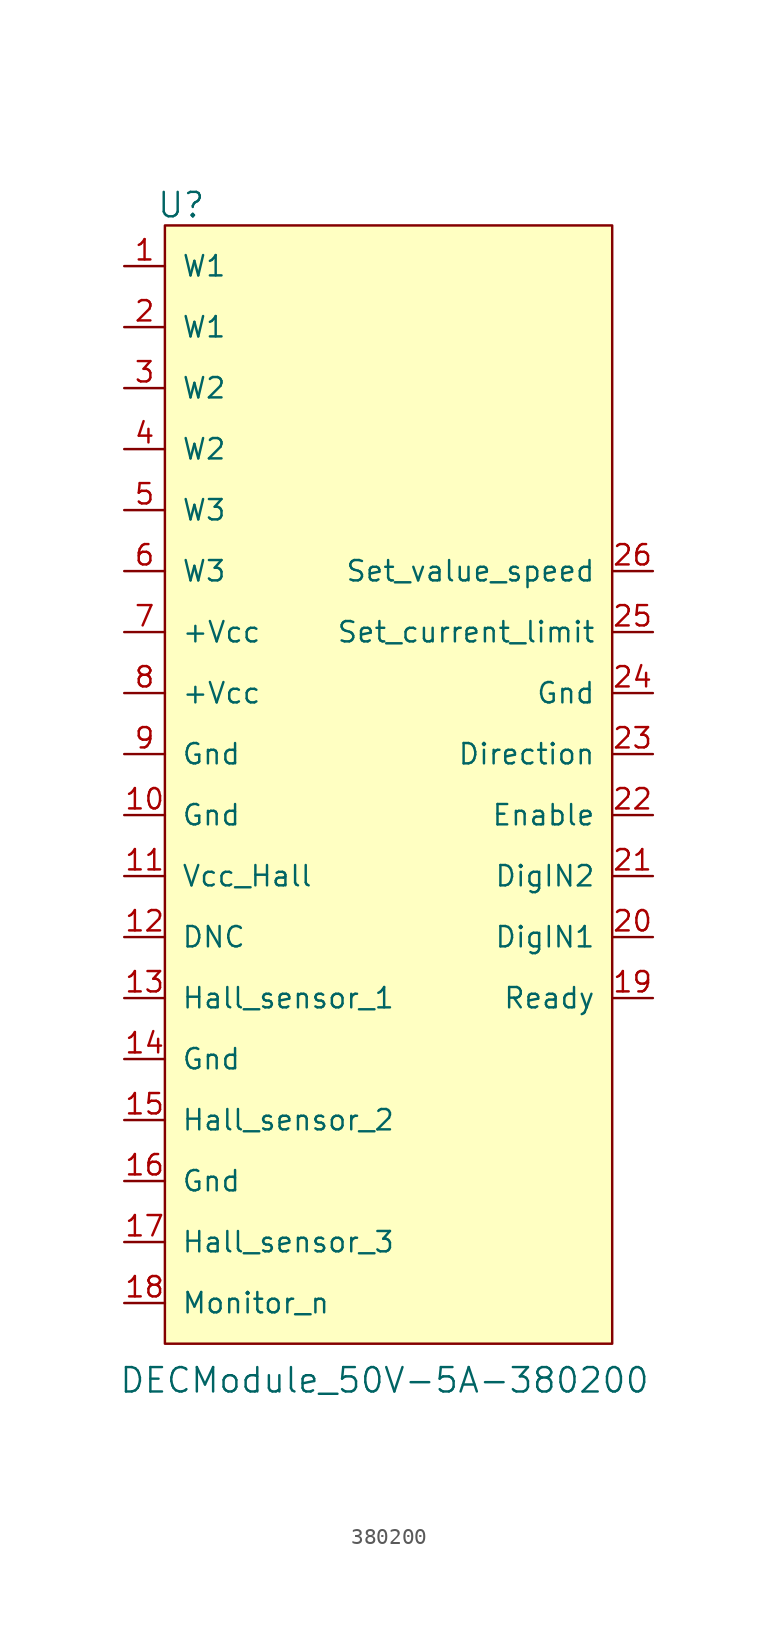
<source format=kicad_sym>
(kicad_symbol_lib
  (version 20241209)
  (generator "kicad_symbol_editor")
  (generator_version "9.0")
  (symbol "380200"
    (pin_names
      (offset 1.016))
    (property "Reference" "U"
      (at -12.954 38.1 0)
      (effects (font (size 1.524 1.524))))
    (property "Value" "DECModule_50V-5A-380200"
      (at -0.254 -35.306 0)
      (effects (font (size 1.524 1.524))))
    (symbol "380200_0_1"
      (rectangle (start -13.97 36.83) (end 13.97 -33.02) (stroke (width 0) (type default)) (fill (type background))))
    (symbol "380200_1_1"
      (pin output line (at -16.51 34.29 0) (length 2.54) (name "W1" (effects (font (size 1.27 1.27)))) (number "1" (effects (font (size 1.27 1.27)))))
      (pin output line (at -16.51 30.48 0) (length 2.54) (name "W1" (effects (font (size 1.27 1.27)))) (number "2" (effects (font (size 1.27 1.27)))))
      (pin output line (at -16.51 26.67 0) (length 2.54) (name "W2" (effects (font (size 1.27 1.27)))) (number "3" (effects (font (size 1.27 1.27)))))
      (pin output line (at -16.51 22.86 0) (length 2.54) (name "W2" (effects (font (size 1.27 1.27)))) (number "4" (effects (font (size 1.27 1.27)))))
      (pin output line (at -16.51 19.05 0) (length 2.54) (name "W3" (effects (font (size 1.27 1.27)))) (number "5" (effects (font (size 1.27 1.27)))))
      (pin output line (at -16.51 15.24 0) (length 2.54) (name "W3" (effects (font (size 1.27 1.27)))) (number "6" (effects (font (size 1.27 1.27)))))
      (pin power_in line (at -16.51 11.43 0) (length 2.54) (name "+Vcc" (effects (font (size 1.27 1.27)))) (number "7" (effects (font (size 1.27 1.27)))))
      (pin power_in line (at -16.51 7.62 0) (length 2.54) (name "+Vcc" (effects (font (size 1.27 1.27)))) (number "8" (effects (font (size 1.27 1.27)))))
      (pin power_in line (at -16.51 3.81 0) (length 2.54) (name "Gnd" (effects (font (size 1.27 1.27)))) (number "9" (effects (font (size 1.27 1.27)))))
      (pin power_in line (at -16.51 0 0) (length 2.54) (name "Gnd" (effects (font (size 1.27 1.27)))) (number "10" (effects (font (size 1.27 1.27)))))
      (pin input line (at -16.51 -3.81 0) (length 2.54) (name "Vcc_Hall" (effects (font (size 1.27 1.27)))) (number "11" (effects (font (size 1.27 1.27)))))
      (pin input line (at -16.51 -7.62 0) (length 2.54) (name "DNC" (effects (font (size 1.27 1.27)))) (number "12" (effects (font (size 1.27 1.27)))))
      (pin input line (at -16.51 -11.43 0) (length 2.54) (name "Hall_sensor_1" (effects (font (size 1.27 1.27)))) (number "13" (effects (font (size 1.27 1.27)))))
      (pin power_in line (at -16.51 -15.24 0) (length 2.54) (name "Gnd" (effects (font (size 1.27 1.27)))) (number "14" (effects (font (size 1.27 1.27)))))
      (pin input line (at -16.51 -19.05 0) (length 2.54) (name "Hall_sensor_2" (effects (font (size 1.27 1.27)))) (number "15" (effects (font (size 1.27 1.27)))))
      (pin power_in line (at -16.51 -22.86 0) (length 2.54) (name "Gnd" (effects (font (size 1.27 1.27)))) (number "16" (effects (font (size 1.27 1.27)))))
      (pin input line (at -16.51 -26.67 0) (length 2.54) (name "Hall_sensor_3" (effects (font (size 1.27 1.27)))) (number "17" (effects (font (size 1.27 1.27)))))
      (pin input line (at -16.51 -30.48 0) (length 2.54) (name "Monitor_n" (effects (font (size 1.27 1.27)))) (number "18" (effects (font (size 1.27 1.27)))))
      (pin input line (at 16.51 15.24 180) (length 2.54) (name "Set_value_speed" (effects (font (size 1.27 1.27)))) (number "26" (effects (font (size 1.27 1.27)))))
      (pin input line (at 16.51 11.43 180) (length 2.54) (name "Set_current_limit" (effects (font (size 1.27 1.27)))) (number "25" (effects (font (size 1.27 1.27)))))
      (pin power_in line (at 16.51 7.62 180) (length 2.54) (name "Gnd" (effects (font (size 1.27 1.27)))) (number "24" (effects (font (size 1.27 1.27)))))
      (pin input line (at 16.51 3.81 180) (length 2.54) (name "Direction" (effects (font (size 1.27 1.27)))) (number "23" (effects (font (size 1.27 1.27)))))
      (pin input line (at 16.51 0 180) (length 2.54) (name "Enable" (effects (font (size 1.27 1.27)))) (number "22" (effects (font (size 1.27 1.27)))))
      (pin input line (at 16.51 -3.81 180) (length 2.54) (name "DigIN2" (effects (font (size 1.27 1.27)))) (number "21" (effects (font (size 1.27 1.27)))))
      (pin input line (at 16.51 -7.62 180) (length 2.54) (name "DigIN1" (effects (font (size 1.27 1.27)))) (number "20" (effects (font (size 1.27 1.27)))))
      (pin input line (at 16.51 -11.43 180) (length 2.54) (name "Ready" (effects (font (size 1.27 1.27)))) (number "19" (effects (font (size 1.27 1.27))))))))
</source>
